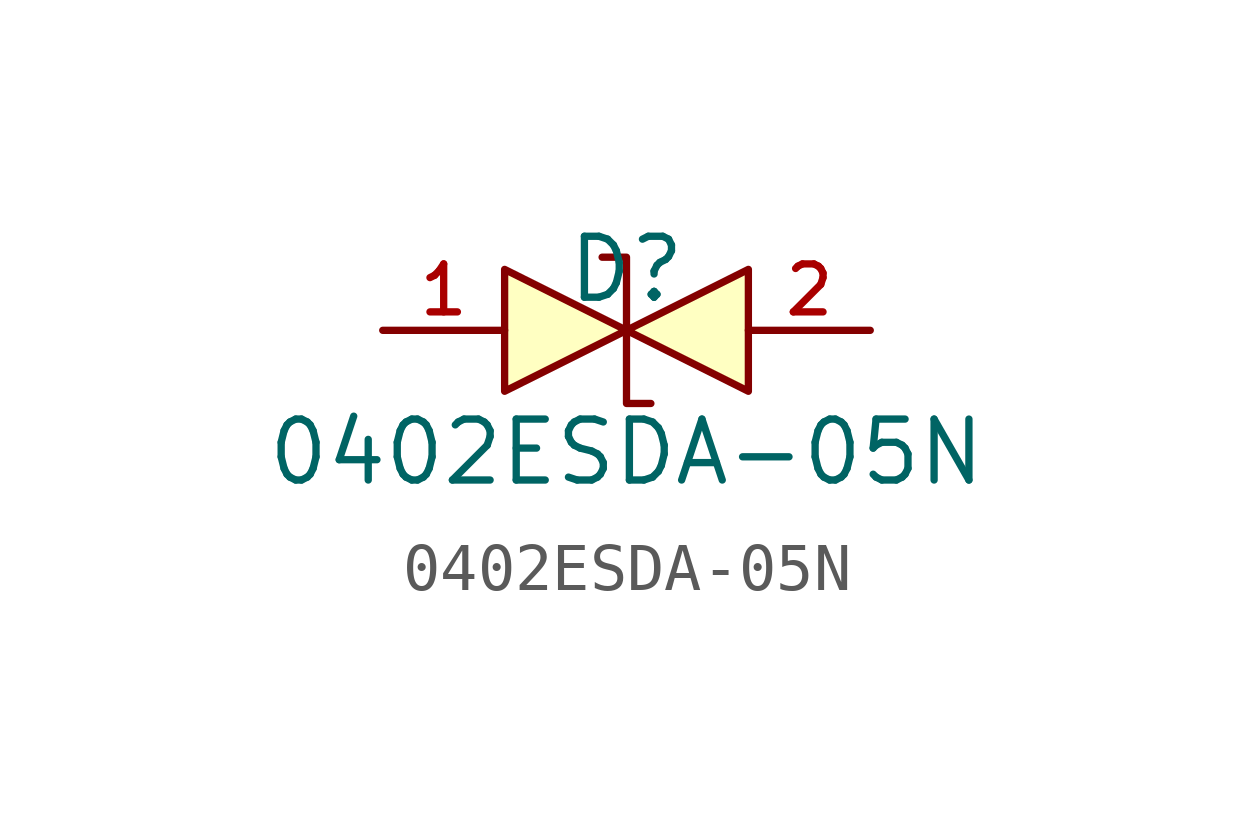
<source format=kicad_sym>
(kicad_symbol_lib
  (version 20220914)
  (generator kicad_symbol_editor)
  (symbol "0402ESDA-05N"
    (pin_names hide)
    (property "Reference" "D"
      (at 0 1.27 0)
      (effects (font (size 1.27 1.27))))
    (property "Value" "0402ESDA-05N"
      (at 0 -2.54 0)
      (effects (font (size 1.27 1.27))))
    (symbol "0402ESDA-05N_0_1"
      (polyline (pts (xy -2.54 1.27) (xy 0 0) (xy -2.54 -1.27) (xy -2.54 1.27)) (stroke (width 0) (type default)) (fill (type background)))
      (polyline (pts (xy 2.54 1.27) (xy 0 0) (xy 2.54 -1.27) (xy 2.54 1.27)) (stroke (width 0) (type default)) (fill (type background)))
      (polyline (pts (xy -0.508 1.524) (xy -0.508 1.524) (xy 0 1.524) (xy 0 -1.524) (xy 0.508 -1.524) (xy 0.508 -1.524)) (stroke (width 0) (type default)) (fill (type none))))
    (symbol "0402ESDA-05N_1_1"
      (pin passive line (at -5.08 0 0) (length 2.54) (name "1" (effects (font (size 1 1)))) (number "1" (effects (font (size 1 1)))))
      (pin passive line (at 5.08 0 180) (length 2.54) (name "2" (effects (font (size 1 1)))) (number "2" (effects (font (size 1 1))))))))
</source>
